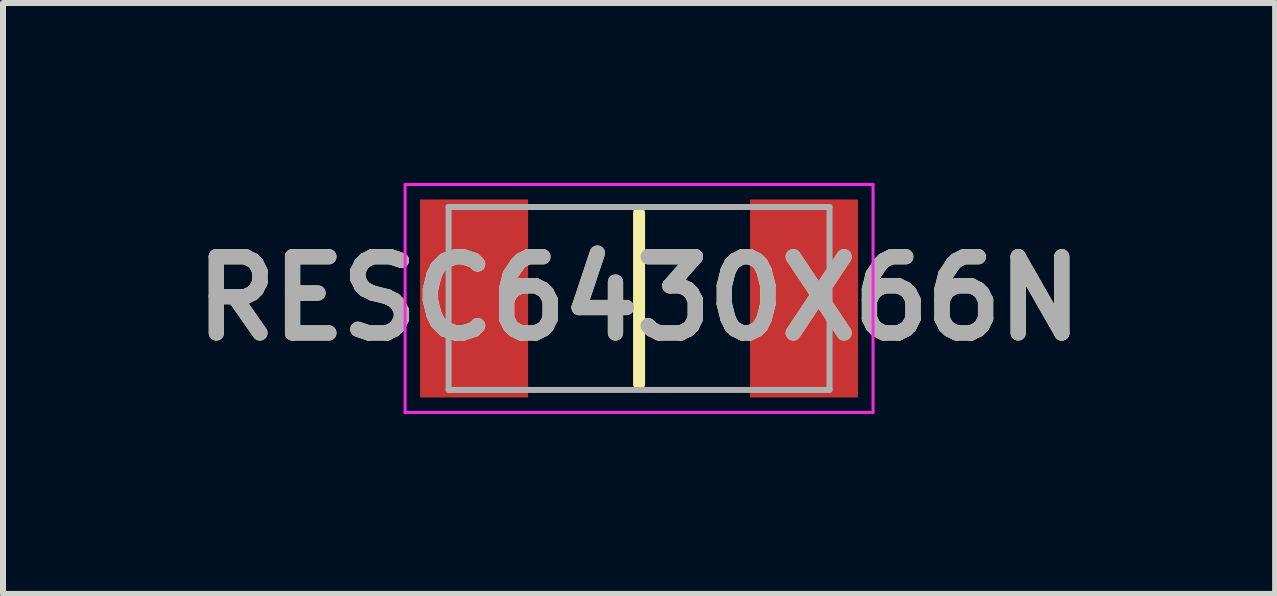
<source format=kicad_pcb>
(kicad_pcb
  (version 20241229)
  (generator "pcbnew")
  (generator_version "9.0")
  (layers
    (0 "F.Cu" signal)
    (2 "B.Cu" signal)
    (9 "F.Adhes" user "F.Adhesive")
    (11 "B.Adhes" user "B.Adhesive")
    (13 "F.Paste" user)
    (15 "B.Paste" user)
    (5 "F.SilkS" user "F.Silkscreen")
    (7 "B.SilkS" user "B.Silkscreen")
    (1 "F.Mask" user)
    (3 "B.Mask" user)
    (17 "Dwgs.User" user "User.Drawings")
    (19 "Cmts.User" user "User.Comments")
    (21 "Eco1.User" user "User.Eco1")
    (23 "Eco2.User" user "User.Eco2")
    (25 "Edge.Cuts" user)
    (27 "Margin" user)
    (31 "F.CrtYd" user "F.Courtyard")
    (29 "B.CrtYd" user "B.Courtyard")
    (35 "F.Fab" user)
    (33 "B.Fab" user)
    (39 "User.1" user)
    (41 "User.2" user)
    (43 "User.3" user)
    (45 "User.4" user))
  (footprint "RESC6430X66N"
    (layer "F.Cu")
    (at 7.602 1.925)
    (property "Reference" "RESC6430X66N" (at 0 0 0) (layer "F.SilkS") (effects (font (size 1.27 1.27) (thickness 0.254))))
    (attr smd)
    (fp_line (start 0 -1.425) (end 0 1.425) (stroke (width 0.2) (type solid)) (layer "F.SilkS"))
    (fp_line (start -3.9 -1.9) (end 3.9 -1.9) (stroke (width 0.05) (type solid)) (layer "F.CrtYd"))
    (fp_line (start -3.9 1.9) (end -3.9 -1.9) (stroke (width 0.05) (type solid)) (layer "F.CrtYd"))
    (fp_line (start 3.9 -1.9) (end 3.9 1.9) (stroke (width 0.05) (type solid)) (layer "F.CrtYd"))
    (fp_line (start 3.9 1.9) (end -3.9 1.9) (stroke (width 0.05) (type solid)) (layer "F.CrtYd"))
    (fp_line (start -3.175 -1.525) (end 3.175 -1.525) (stroke (width 0.1) (type solid)) (layer "F.Fab"))
    (fp_line (start -3.175 1.525) (end -3.175 -1.525) (stroke (width 0.1) (type solid)) (layer "F.Fab"))
    (fp_line (start 3.175 -1.525) (end 3.175 1.525) (stroke (width 0.1) (type solid)) (layer "F.Fab"))
    (fp_line (start 3.175 1.525) (end -3.175 1.525) (stroke (width 0.1) (type solid)) (layer "F.Fab"))
    (fp_text user "${REFERENCE}" (at 0 0 0) (layer "F.Fab") (effects (font (size 1.27 1.27) (thickness 0.254))))
    (pad "1" smd rect (at -2.75 0) (size 1.8 3.3) (layers "F.Cu" "F.Mask" "F.Paste"))
    (pad "2" smd rect (at 2.75 0) (size 1.8 3.3) (layers "F.Cu" "F.Mask" "F.Paste")))
  (gr_rect
    (start -3 -3)
    (end 18.204 6.85)
    (stroke (width 0.1) (type default))
    (fill no)
    (layer "Edge.Cuts")))
</source>
